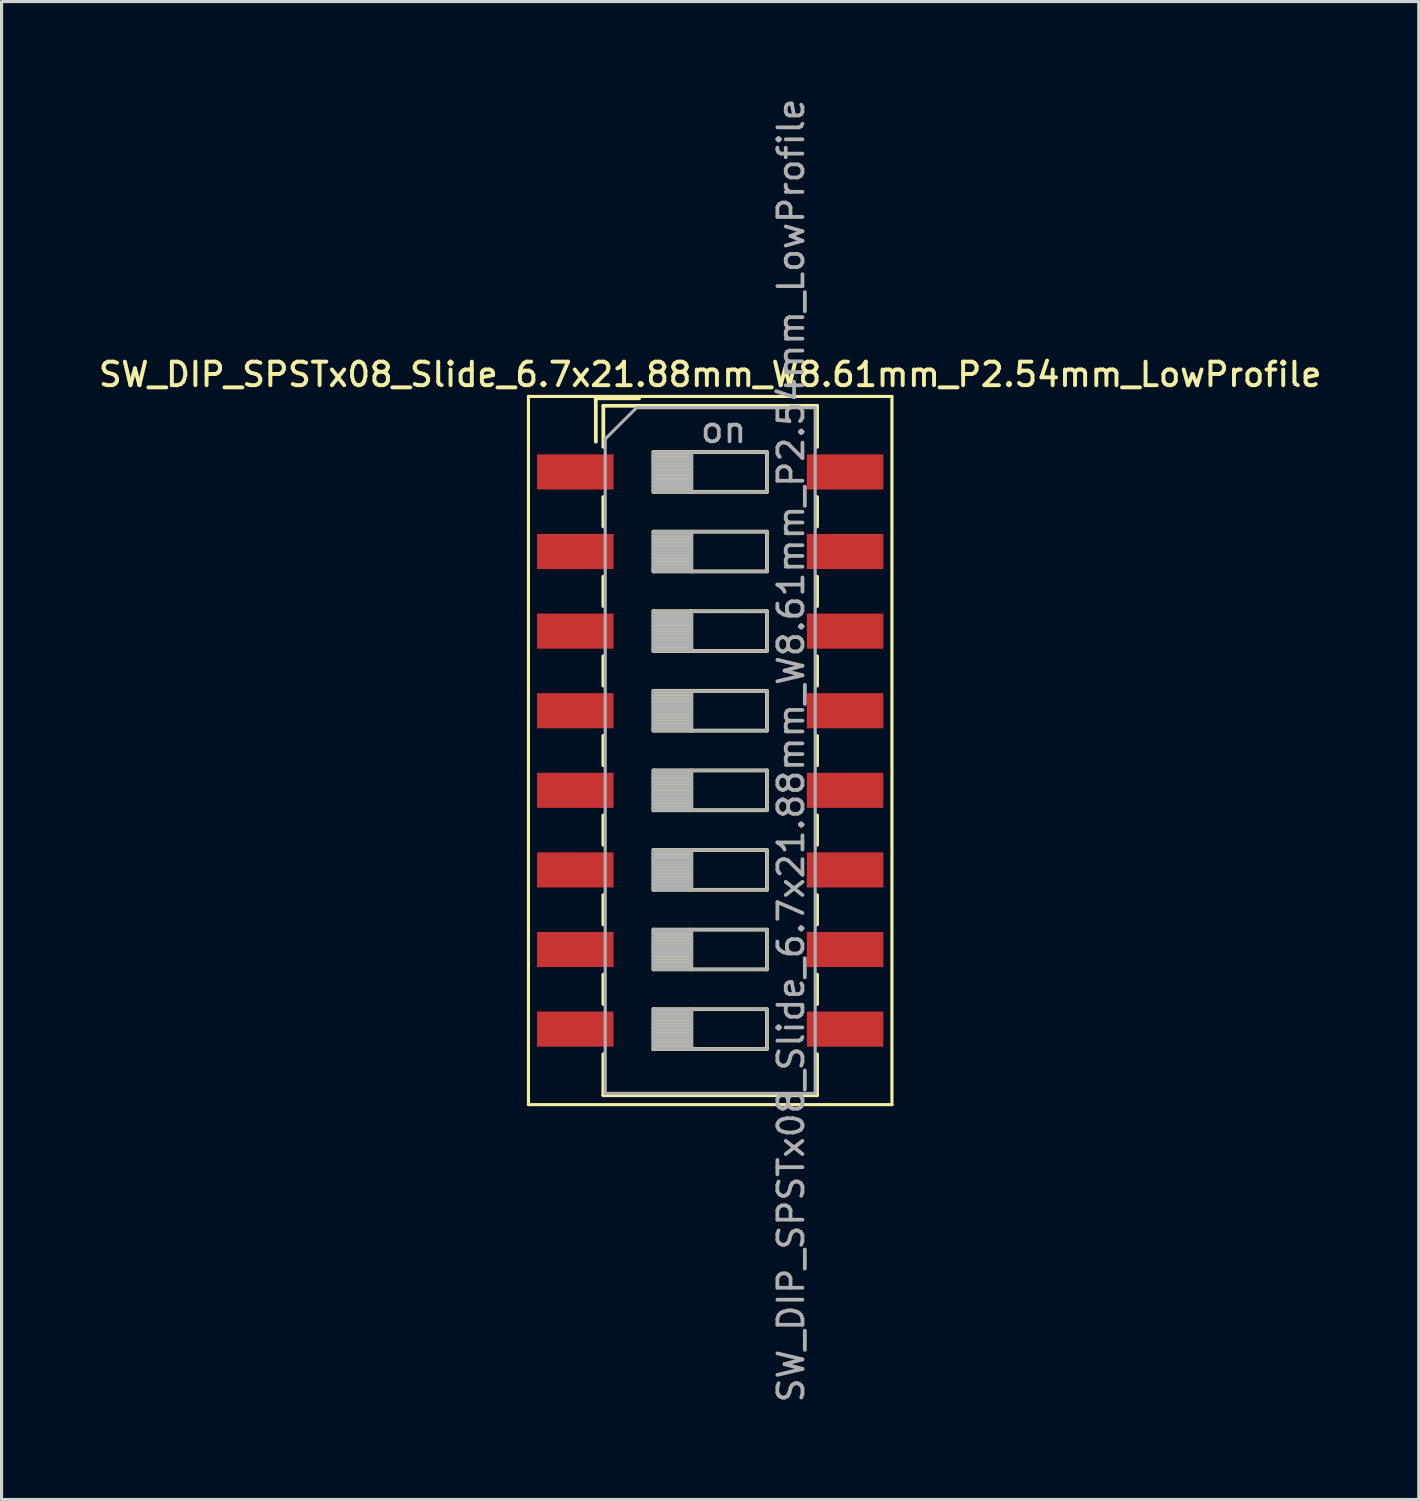
<source format=kicad_pcb>
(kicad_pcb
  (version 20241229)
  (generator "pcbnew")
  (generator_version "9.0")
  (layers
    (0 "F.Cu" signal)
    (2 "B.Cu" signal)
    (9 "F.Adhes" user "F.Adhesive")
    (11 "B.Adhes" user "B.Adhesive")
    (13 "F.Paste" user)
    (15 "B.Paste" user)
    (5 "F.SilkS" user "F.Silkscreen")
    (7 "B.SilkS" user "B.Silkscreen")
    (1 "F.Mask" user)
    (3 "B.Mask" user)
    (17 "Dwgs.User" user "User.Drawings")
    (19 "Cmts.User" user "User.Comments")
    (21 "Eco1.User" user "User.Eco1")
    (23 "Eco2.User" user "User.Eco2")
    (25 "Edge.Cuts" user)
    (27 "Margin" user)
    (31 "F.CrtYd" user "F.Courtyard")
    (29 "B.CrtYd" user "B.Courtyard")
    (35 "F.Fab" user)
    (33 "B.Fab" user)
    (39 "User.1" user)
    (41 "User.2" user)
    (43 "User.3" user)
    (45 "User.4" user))
  (footprint "SW_DIP_SPSTx08_Slide_6.7x21.88mm_W8.61mm_P2.54mm_LowProfile"
    (layer "F.Cu")
    (at 19.613 20.9)
    (property "Reference" "SW_DIP_SPSTx08_Slide_6.7x21.88mm_W8.61mm_P2.54mm_LowProfile" (at 0 -12 0) (layer "F.SilkS") (effects (font (size 0.75 0.75) (thickness 0.125))))
    (attr smd)
    (fp_line (start -5.8 -11.3) (end -5.8 11.3) (stroke (width 0.1) (type solid)) (layer "F.SilkS"))
    (fp_line (start -5.8 11.3) (end 5.8 11.3) (stroke (width 0.1) (type solid)) (layer "F.SilkS"))
    (fp_line (start -3.65 -11.24) (end -3.65 -9.857) (stroke (width 0.12) (type solid)) (layer "F.SilkS"))
    (fp_line (start -3.65 -11.24) (end -2.267 -11.24) (stroke (width 0.12) (type solid)) (layer "F.SilkS"))
    (fp_line (start -3.41 -11) (end -3.41 -9.69) (stroke (width 0.12) (type solid)) (layer "F.SilkS"))
    (fp_line (start -3.41 -11) (end 3.41 -11) (stroke (width 0.12) (type solid)) (layer "F.SilkS"))
    (fp_line (start -3.41 -8.09) (end -3.41 -7.15) (stroke (width 0.12) (type solid)) (layer "F.SilkS"))
    (fp_line (start -3.41 -5.55) (end -3.41 -4.61) (stroke (width 0.12) (type solid)) (layer "F.SilkS"))
    (fp_line (start -3.41 -3.01) (end -3.41 -2.07) (stroke (width 0.12) (type solid)) (layer "F.SilkS"))
    (fp_line (start -3.41 -0.47) (end -3.41 0.47) (stroke (width 0.12) (type solid)) (layer "F.SilkS"))
    (fp_line (start -3.41 2.07) (end -3.41 3.01) (stroke (width 0.12) (type solid)) (layer "F.SilkS"))
    (fp_line (start -3.41 4.61) (end -3.41 5.55) (stroke (width 0.12) (type solid)) (layer "F.SilkS"))
    (fp_line (start -3.41 7.15) (end -3.41 8.09) (stroke (width 0.12) (type solid)) (layer "F.SilkS"))
    (fp_line (start -3.41 9.69) (end -3.41 11.001) (stroke (width 0.12) (type solid)) (layer "F.SilkS"))
    (fp_line (start -3.41 11.001) (end 3.41 11.001) (stroke (width 0.12) (type solid)) (layer "F.SilkS"))
    (fp_line (start -1.81 -9.525) (end -1.81 -8.255) (stroke (width 0.12) (type solid)) (layer "F.SilkS"))
    (fp_line (start -1.81 -9.405) (end -0.603 -9.405) (stroke (width 0.12) (type solid)) (layer "F.SilkS"))
    (fp_line (start -1.81 -9.285) (end -0.603 -9.285) (stroke (width 0.12) (type solid)) (layer "F.SilkS"))
    (fp_line (start -1.81 -9.165) (end -0.603 -9.165) (stroke (width 0.12) (type solid)) (layer "F.SilkS"))
    (fp_line (start -1.81 -9.045) (end -0.603 -9.045) (stroke (width 0.12) (type solid)) (layer "F.SilkS"))
    (fp_line (start -1.81 -8.925) (end -0.603 -8.925) (stroke (width 0.12) (type solid)) (layer "F.SilkS"))
    (fp_line (start -1.81 -8.805) (end -0.603 -8.805) (stroke (width 0.12) (type solid)) (layer "F.SilkS"))
    (fp_line (start -1.81 -8.685) (end -0.603 -8.685) (stroke (width 0.12) (type solid)) (layer "F.SilkS"))
    (fp_line (start -1.81 -8.565) (end -0.603 -8.565) (stroke (width 0.12) (type solid)) (layer "F.SilkS"))
    (fp_line (start -1.81 -8.445) (end -0.603 -8.445) (stroke (width 0.12) (type solid)) (layer "F.SilkS"))
    (fp_line (start -1.81 -8.325) (end -0.603 -8.325) (stroke (width 0.12) (type solid)) (layer "F.SilkS"))
    (fp_line (start -1.81 -8.255) (end 1.81 -8.255) (stroke (width 0.12) (type solid)) (layer "F.SilkS"))
    (fp_line (start -1.81 -6.985) (end -1.81 -5.715) (stroke (width 0.12) (type solid)) (layer "F.SilkS"))
    (fp_line (start -1.81 -6.865) (end -0.603 -6.865) (stroke (width 0.12) (type solid)) (layer "F.SilkS"))
    (fp_line (start -1.81 -6.745) (end -0.603 -6.745) (stroke (width 0.12) (type solid)) (layer "F.SilkS"))
    (fp_line (start -1.81 -6.625) (end -0.603 -6.625) (stroke (width 0.12) (type solid)) (layer "F.SilkS"))
    (fp_line (start -1.81 -6.505) (end -0.603 -6.505) (stroke (width 0.12) (type solid)) (layer "F.SilkS"))
    (fp_line (start -1.81 -6.385) (end -0.603 -6.385) (stroke (width 0.12) (type solid)) (layer "F.SilkS"))
    (fp_line (start -1.81 -6.265) (end -0.603 -6.265) (stroke (width 0.12) (type solid)) (layer "F.SilkS"))
    (fp_line (start -1.81 -6.145) (end -0.603 -6.145) (stroke (width 0.12) (type solid)) (layer "F.SilkS"))
    (fp_line (start -1.81 -6.025) (end -0.603 -6.025) (stroke (width 0.12) (type solid)) (layer "F.SilkS"))
    (fp_line (start -1.81 -5.905) (end -0.603 -5.905) (stroke (width 0.12) (type solid)) (layer "F.SilkS"))
    (fp_line (start -1.81 -5.785) (end -0.603 -5.785) (stroke (width 0.12) (type solid)) (layer "F.SilkS"))
    (fp_line (start -1.81 -5.715) (end 1.81 -5.715) (stroke (width 0.12) (type solid)) (layer "F.SilkS"))
    (fp_line (start -1.81 -4.445) (end -1.81 -3.175) (stroke (width 0.12) (type solid)) (layer "F.SilkS"))
    (fp_line (start -1.81 -4.325) (end -0.603 -4.325) (stroke (width 0.12) (type solid)) (layer "F.SilkS"))
    (fp_line (start -1.81 -4.205) (end -0.603 -4.205) (stroke (width 0.12) (type solid)) (layer "F.SilkS"))
    (fp_line (start -1.81 -4.085) (end -0.603 -4.085) (stroke (width 0.12) (type solid)) (layer "F.SilkS"))
    (fp_line (start -1.81 -3.965) (end -0.603 -3.965) (stroke (width 0.12) (type solid)) (layer "F.SilkS"))
    (fp_line (start -1.81 -3.845) (end -0.603 -3.845) (stroke (width 0.12) (type solid)) (layer "F.SilkS"))
    (fp_line (start -1.81 -3.725) (end -0.603 -3.725) (stroke (width 0.12) (type solid)) (layer "F.SilkS"))
    (fp_line (start -1.81 -3.605) (end -0.603 -3.605) (stroke (width 0.12) (type solid)) (layer "F.SilkS"))
    (fp_line (start -1.81 -3.485) (end -0.603 -3.485) (stroke (width 0.12) (type solid)) (layer "F.SilkS"))
    (fp_line (start -1.81 -3.365) (end -0.603 -3.365) (stroke (width 0.12) (type solid)) (layer "F.SilkS"))
    (fp_line (start -1.81 -3.245) (end -0.603 -3.245) (stroke (width 0.12) (type solid)) (layer "F.SilkS"))
    (fp_line (start -1.81 -3.175) (end 1.81 -3.175) (stroke (width 0.12) (type solid)) (layer "F.SilkS"))
    (fp_line (start -1.81 -1.905) (end -1.81 -0.635) (stroke (width 0.12) (type solid)) (layer "F.SilkS"))
    (fp_line (start -1.81 -1.785) (end -0.603 -1.785) (stroke (width 0.12) (type solid)) (layer "F.SilkS"))
    (fp_line (start -1.81 -1.665) (end -0.603 -1.665) (stroke (width 0.12) (type solid)) (layer "F.SilkS"))
    (fp_line (start -1.81 -1.545) (end -0.603 -1.545) (stroke (width 0.12) (type solid)) (layer "F.SilkS"))
    (fp_line (start -1.81 -1.425) (end -0.603 -1.425) (stroke (width 0.12) (type solid)) (layer "F.SilkS"))
    (fp_line (start -1.81 -1.305) (end -0.603 -1.305) (stroke (width 0.12) (type solid)) (layer "F.SilkS"))
    (fp_line (start -1.81 -1.185) (end -0.603 -1.185) (stroke (width 0.12) (type solid)) (layer "F.SilkS"))
    (fp_line (start -1.81 -1.065) (end -0.603 -1.065) (stroke (width 0.12) (type solid)) (layer "F.SilkS"))
    (fp_line (start -1.81 -0.945) (end -0.603 -0.945) (stroke (width 0.12) (type solid)) (layer "F.SilkS"))
    (fp_line (start -1.81 -0.825) (end -0.603 -0.825) (stroke (width 0.12) (type solid)) (layer "F.SilkS"))
    (fp_line (start -1.81 -0.705) (end -0.603 -0.705) (stroke (width 0.12) (type solid)) (layer "F.SilkS"))
    (fp_line (start -1.81 -0.635) (end 1.81 -0.635) (stroke (width 0.12) (type solid)) (layer "F.SilkS"))
    (fp_line (start -1.81 0.635) (end -1.81 1.905) (stroke (width 0.12) (type solid)) (layer "F.SilkS"))
    (fp_line (start -1.81 0.755) (end -0.603 0.755) (stroke (width 0.12) (type solid)) (layer "F.SilkS"))
    (fp_line (start -1.81 0.875) (end -0.603 0.875) (stroke (width 0.12) (type solid)) (layer "F.SilkS"))
    (fp_line (start -1.81 0.995) (end -0.603 0.995) (stroke (width 0.12) (type solid)) (layer "F.SilkS"))
    (fp_line (start -1.81 1.115) (end -0.603 1.115) (stroke (width 0.12) (type solid)) (layer "F.SilkS"))
    (fp_line (start -1.81 1.235) (end -0.603 1.235) (stroke (width 0.12) (type solid)) (layer "F.SilkS"))
    (fp_line (start -1.81 1.355) (end -0.603 1.355) (stroke (width 0.12) (type solid)) (layer "F.SilkS"))
    (fp_line (start -1.81 1.475) (end -0.603 1.475) (stroke (width 0.12) (type solid)) (layer "F.SilkS"))
    (fp_line (start -1.81 1.595) (end -0.603 1.595) (stroke (width 0.12) (type solid)) (layer "F.SilkS"))
    (fp_line (start -1.81 1.715) (end -0.603 1.715) (stroke (width 0.12) (type solid)) (layer "F.SilkS"))
    (fp_line (start -1.81 1.835) (end -0.603 1.835) (stroke (width 0.12) (type solid)) (layer "F.SilkS"))
    (fp_line (start -1.81 1.905) (end 1.81 1.905) (stroke (width 0.12) (type solid)) (layer "F.SilkS"))
    (fp_line (start -1.81 3.175) (end -1.81 4.445) (stroke (width 0.12) (type solid)) (layer "F.SilkS"))
    (fp_line (start -1.81 3.295) (end -0.603 3.295) (stroke (width 0.12) (type solid)) (layer "F.SilkS"))
    (fp_line (start -1.81 3.415) (end -0.603 3.415) (stroke (width 0.12) (type solid)) (layer "F.SilkS"))
    (fp_line (start -1.81 3.535) (end -0.603 3.535) (stroke (width 0.12) (type solid)) (layer "F.SilkS"))
    (fp_line (start -1.81 3.655) (end -0.603 3.655) (stroke (width 0.12) (type solid)) (layer "F.SilkS"))
    (fp_line (start -1.81 3.775) (end -0.603 3.775) (stroke (width 0.12) (type solid)) (layer "F.SilkS"))
    (fp_line (start -1.81 3.895) (end -0.603 3.895) (stroke (width 0.12) (type solid)) (layer "F.SilkS"))
    (fp_line (start -1.81 4.015) (end -0.603 4.015) (stroke (width 0.12) (type solid)) (layer "F.SilkS"))
    (fp_line (start -1.81 4.135) (end -0.603 4.135) (stroke (width 0.12) (type solid)) (layer "F.SilkS"))
    (fp_line (start -1.81 4.255) (end -0.603 4.255) (stroke (width 0.12) (type solid)) (layer "F.SilkS"))
    (fp_line (start -1.81 4.375) (end -0.603 4.375) (stroke (width 0.12) (type solid)) (layer "F.SilkS"))
    (fp_line (start -1.81 4.445) (end 1.81 4.445) (stroke (width 0.12) (type solid)) (layer "F.SilkS"))
    (fp_line (start -1.81 5.715) (end -1.81 6.985) (stroke (width 0.12) (type solid)) (layer "F.SilkS"))
    (fp_line (start -1.81 5.835) (end -0.603 5.835) (stroke (width 0.12) (type solid)) (layer "F.SilkS"))
    (fp_line (start -1.81 5.955) (end -0.603 5.955) (stroke (width 0.12) (type solid)) (layer "F.SilkS"))
    (fp_line (start -1.81 6.075) (end -0.603 6.075) (stroke (width 0.12) (type solid)) (layer "F.SilkS"))
    (fp_line (start -1.81 6.195) (end -0.603 6.195) (stroke (width 0.12) (type solid)) (layer "F.SilkS"))
    (fp_line (start -1.81 6.315) (end -0.603 6.315) (stroke (width 0.12) (type solid)) (layer "F.SilkS"))
    (fp_line (start -1.81 6.435) (end -0.603 6.435) (stroke (width 0.12) (type solid)) (layer "F.SilkS"))
    (fp_line (start -1.81 6.555) (end -0.603 6.555) (stroke (width 0.12) (type solid)) (layer "F.SilkS"))
    (fp_line (start -1.81 6.675) (end -0.603 6.675) (stroke (width 0.12) (type solid)) (layer "F.SilkS"))
    (fp_line (start -1.81 6.795) (end -0.603 6.795) (stroke (width 0.12) (type solid)) (layer "F.SilkS"))
    (fp_line (start -1.81 6.915) (end -0.603 6.915) (stroke (width 0.12) (type solid)) (layer "F.SilkS"))
    (fp_line (start -1.81 6.985) (end 1.81 6.985) (stroke (width 0.12) (type solid)) (layer "F.SilkS"))
    (fp_line (start -1.81 8.255) (end -1.81 9.525) (stroke (width 0.12) (type solid)) (layer "F.SilkS"))
    (fp_line (start -1.81 8.375) (end -0.603 8.375) (stroke (width 0.12) (type solid)) (layer "F.SilkS"))
    (fp_line (start -1.81 8.495) (end -0.603 8.495) (stroke (width 0.12) (type solid)) (layer "F.SilkS"))
    (fp_line (start -1.81 8.615) (end -0.603 8.615) (stroke (width 0.12) (type solid)) (layer "F.SilkS"))
    (fp_line (start -1.81 8.735) (end -0.603 8.735) (stroke (width 0.12) (type solid)) (layer "F.SilkS"))
    (fp_line (start -1.81 8.855) (end -0.603 8.855) (stroke (width 0.12) (type solid)) (layer "F.SilkS"))
    (fp_line (start -1.81 8.975) (end -0.603 8.975) (stroke (width 0.12) (type solid)) (layer "F.SilkS"))
    (fp_line (start -1.81 9.095) (end -0.603 9.095) (stroke (width 0.12) (type solid)) (layer "F.SilkS"))
    (fp_line (start -1.81 9.215) (end -0.603 9.215) (stroke (width 0.12) (type solid)) (layer "F.SilkS"))
    (fp_line (start -1.81 9.335) (end -0.603 9.335) (stroke (width 0.12) (type solid)) (layer "F.SilkS"))
    (fp_line (start -1.81 9.455) (end -0.603 9.455) (stroke (width 0.12) (type solid)) (layer "F.SilkS"))
    (fp_line (start -1.81 9.525) (end 1.81 9.525) (stroke (width 0.12) (type solid)) (layer "F.SilkS"))
    (fp_line (start -0.603 -9.525) (end -0.603 -8.255) (stroke (width 0.12) (type solid)) (layer "F.SilkS"))
    (fp_line (start -0.603 -6.985) (end -0.603 -5.715) (stroke (width 0.12) (type solid)) (layer "F.SilkS"))
    (fp_line (start -0.603 -4.445) (end -0.603 -3.175) (stroke (width 0.12) (type solid)) (layer "F.SilkS"))
    (fp_line (start -0.603 -1.905) (end -0.603 -0.635) (stroke (width 0.12) (type solid)) (layer "F.SilkS"))
    (fp_line (start -0.603 0.635) (end -0.603 1.905) (stroke (width 0.12) (type solid)) (layer "F.SilkS"))
    (fp_line (start -0.603 3.175) (end -0.603 4.445) (stroke (width 0.12) (type solid)) (layer "F.SilkS"))
    (fp_line (start -0.603 5.715) (end -0.603 6.985) (stroke (width 0.12) (type solid)) (layer "F.SilkS"))
    (fp_line (start -0.603 8.255) (end -0.603 9.525) (stroke (width 0.12) (type solid)) (layer "F.SilkS"))
    (fp_line (start 1.81 -9.525) (end -1.81 -9.525) (stroke (width 0.12) (type solid)) (layer "F.SilkS"))
    (fp_line (start 1.81 -8.255) (end 1.81 -9.525) (stroke (width 0.12) (type solid)) (layer "F.SilkS"))
    (fp_line (start 1.81 -6.985) (end -1.81 -6.985) (stroke (width 0.12) (type solid)) (layer "F.SilkS"))
    (fp_line (start 1.81 -5.715) (end 1.81 -6.985) (stroke (width 0.12) (type solid)) (layer "F.SilkS"))
    (fp_line (start 1.81 -4.445) (end -1.81 -4.445) (stroke (width 0.12) (type solid)) (layer "F.SilkS"))
    (fp_line (start 1.81 -3.175) (end 1.81 -4.445) (stroke (width 0.12) (type solid)) (layer "F.SilkS"))
    (fp_line (start 1.81 -1.905) (end -1.81 -1.905) (stroke (width 0.12) (type solid)) (layer "F.SilkS"))
    (fp_line (start 1.81 -0.635) (end 1.81 -1.905) (stroke (width 0.12) (type solid)) (layer "F.SilkS"))
    (fp_line (start 1.81 0.635) (end -1.81 0.635) (stroke (width 0.12) (type solid)) (layer "F.SilkS"))
    (fp_line (start 1.81 1.905) (end 1.81 0.635) (stroke (width 0.12) (type solid)) (layer "F.SilkS"))
    (fp_line (start 1.81 3.175) (end -1.81 3.175) (stroke (width 0.12) (type solid)) (layer "F.SilkS"))
    (fp_line (start 1.81 4.445) (end 1.81 3.175) (stroke (width 0.12) (type solid)) (layer "F.SilkS"))
    (fp_line (start 1.81 5.715) (end -1.81 5.715) (stroke (width 0.12) (type solid)) (layer "F.SilkS"))
    (fp_line (start 1.81 6.985) (end 1.81 5.715) (stroke (width 0.12) (type solid)) (layer "F.SilkS"))
    (fp_line (start 1.81 8.255) (end -1.81 8.255) (stroke (width 0.12) (type solid)) (layer "F.SilkS"))
    (fp_line (start 1.81 9.525) (end 1.81 8.255) (stroke (width 0.12) (type solid)) (layer "F.SilkS"))
    (fp_line (start 3.41 -11) (end 3.41 -9.69) (stroke (width 0.12) (type solid)) (layer "F.SilkS"))
    (fp_line (start 3.41 -8.089) (end 3.41 -7.149) (stroke (width 0.12) (type solid)) (layer "F.SilkS"))
    (fp_line (start 3.41 -5.549) (end 3.41 -4.609) (stroke (width 0.12) (type solid)) (layer "F.SilkS"))
    (fp_line (start 3.41 -3.009) (end 3.41 -2.069) (stroke (width 0.12) (type solid)) (layer "F.SilkS"))
    (fp_line (start 3.41 -0.469) (end 3.41 0.471) (stroke (width 0.12) (type solid)) (layer "F.SilkS"))
    (fp_line (start 3.41 2.071) (end 3.41 3.011) (stroke (width 0.12) (type solid)) (layer "F.SilkS"))
    (fp_line (start 3.41 4.611) (end 3.41 5.551) (stroke (width 0.12) (type solid)) (layer "F.SilkS"))
    (fp_line (start 3.41 7.151) (end 3.41 8.09) (stroke (width 0.12) (type solid)) (layer "F.SilkS"))
    (fp_line (start 3.41 9.69) (end 3.41 11.001) (stroke (width 0.12) (type solid)) (layer "F.SilkS"))
    (fp_line (start 5.8 -11.3) (end -5.8 -11.3) (stroke (width 0.1) (type solid)) (layer "F.SilkS"))
    (fp_line (start 5.8 11.3) (end 5.8 -11.3) (stroke (width 0.1) (type solid)) (layer "F.SilkS"))
    (fp_line (start -3.35 -9.94) (end -2.35 -10.94) (stroke (width 0.1) (type solid)) (layer "F.Fab"))
    (fp_line (start -3.35 10.94) (end -3.35 -9.94) (stroke (width 0.1) (type solid)) (layer "F.Fab"))
    (fp_line (start -2.35 -10.94) (end 3.35 -10.94) (stroke (width 0.1) (type solid)) (layer "F.Fab"))
    (fp_line (start -1.81 -9.525) (end -1.81 -8.255) (stroke (width 0.1) (type solid)) (layer "F.Fab"))
    (fp_line (start -1.81 -9.425) (end -0.603 -9.425) (stroke (width 0.1) (type solid)) (layer "F.Fab"))
    (fp_line (start -1.81 -9.325) (end -0.603 -9.325) (stroke (width 0.1) (type solid)) (layer "F.Fab"))
    (fp_line (start -1.81 -9.225) (end -0.603 -9.225) (stroke (width 0.1) (type solid)) (layer "F.Fab"))
    (fp_line (start -1.81 -9.125) (end -0.603 -9.125) (stroke (width 0.1) (type solid)) (layer "F.Fab"))
    (fp_line (start -1.81 -9.025) (end -0.603 -9.025) (stroke (width 0.1) (type solid)) (layer "F.Fab"))
    (fp_line (start -1.81 -8.925) (end -0.603 -8.925) (stroke (width 0.1) (type solid)) (layer "F.Fab"))
    (fp_line (start -1.81 -8.825) (end -0.603 -8.825) (stroke (width 0.1) (type solid)) (layer "F.Fab"))
    (fp_line (start -1.81 -8.725) (end -0.603 -8.725) (stroke (width 0.1) (type solid)) (layer "F.Fab"))
    (fp_line (start -1.81 -8.625) (end -0.603 -8.625) (stroke (width 0.1) (type solid)) (layer "F.Fab"))
    (fp_line (start -1.81 -8.525) (end -0.603 -8.525) (stroke (width 0.1) (type solid)) (layer "F.Fab"))
    (fp_line (start -1.81 -8.425) (end -0.603 -8.425) (stroke (width 0.1) (type solid)) (layer "F.Fab"))
    (fp_line (start -1.81 -8.325) (end -0.603 -8.325) (stroke (width 0.1) (type solid)) (layer "F.Fab"))
    (fp_line (start -1.81 -8.255) (end 1.81 -8.255) (stroke (width 0.1) (type solid)) (layer "F.Fab"))
    (fp_line (start -1.81 -6.985) (end -1.81 -5.715) (stroke (width 0.1) (type solid)) (layer "F.Fab"))
    (fp_line (start -1.81 -6.885) (end -0.603 -6.885) (stroke (width 0.1) (type solid)) (layer "F.Fab"))
    (fp_line (start -1.81 -6.785) (end -0.603 -6.785) (stroke (width 0.1) (type solid)) (layer "F.Fab"))
    (fp_line (start -1.81 -6.685) (end -0.603 -6.685) (stroke (width 0.1) (type solid)) (layer "F.Fab"))
    (fp_line (start -1.81 -6.585) (end -0.603 -6.585) (stroke (width 0.1) (type solid)) (layer "F.Fab"))
    (fp_line (start -1.81 -6.485) (end -0.603 -6.485) (stroke (width 0.1) (type solid)) (layer "F.Fab"))
    (fp_line (start -1.81 -6.385) (end -0.603 -6.385) (stroke (width 0.1) (type solid)) (layer "F.Fab"))
    (fp_line (start -1.81 -6.285) (end -0.603 -6.285) (stroke (width 0.1) (type solid)) (layer "F.Fab"))
    (fp_line (start -1.81 -6.185) (end -0.603 -6.185) (stroke (width 0.1) (type solid)) (layer "F.Fab"))
    (fp_line (start -1.81 -6.085) (end -0.603 -6.085) (stroke (width 0.1) (type solid)) (layer "F.Fab"))
    (fp_line (start -1.81 -5.985) (end -0.603 -5.985) (stroke (width 0.1) (type solid)) (layer "F.Fab"))
    (fp_line (start -1.81 -5.885) (end -0.603 -5.885) (stroke (width 0.1) (type solid)) (layer "F.Fab"))
    (fp_line (start -1.81 -5.785) (end -0.603 -5.785) (stroke (width 0.1) (type solid)) (layer "F.Fab"))
    (fp_line (start -1.81 -5.715) (end 1.81 -5.715) (stroke (width 0.1) (type solid)) (layer "F.Fab"))
    (fp_line (start -1.81 -4.445) (end -1.81 -3.175) (stroke (width 0.1) (type solid)) (layer "F.Fab"))
    (fp_line (start -1.81 -4.345) (end -0.603 -4.345) (stroke (width 0.1) (type solid)) (layer "F.Fab"))
    (fp_line (start -1.81 -4.245) (end -0.603 -4.245) (stroke (width 0.1) (type solid)) (layer "F.Fab"))
    (fp_line (start -1.81 -4.145) (end -0.603 -4.145) (stroke (width 0.1) (type solid)) (layer "F.Fab"))
    (fp_line (start -1.81 -4.045) (end -0.603 -4.045) (stroke (width 0.1) (type solid)) (layer "F.Fab"))
    (fp_line (start -1.81 -3.945) (end -0.603 -3.945) (stroke (width 0.1) (type solid)) (layer "F.Fab"))
    (fp_line (start -1.81 -3.845) (end -0.603 -3.845) (stroke (width 0.1) (type solid)) (layer "F.Fab"))
    (fp_line (start -1.81 -3.745) (end -0.603 -3.745) (stroke (width 0.1) (type solid)) (layer "F.Fab"))
    (fp_line (start -1.81 -3.645) (end -0.603 -3.645) (stroke (width 0.1) (type solid)) (layer "F.Fab"))
    (fp_line (start -1.81 -3.545) (end -0.603 -3.545) (stroke (width 0.1) (type solid)) (layer "F.Fab"))
    (fp_line (start -1.81 -3.445) (end -0.603 -3.445) (stroke (width 0.1) (type solid)) (layer "F.Fab"))
    (fp_line (start -1.81 -3.345) (end -0.603 -3.345) (stroke (width 0.1) (type solid)) (layer "F.Fab"))
    (fp_line (start -1.81 -3.245) (end -0.603 -3.245) (stroke (width 0.1) (type solid)) (layer "F.Fab"))
    (fp_line (start -1.81 -3.175) (end 1.81 -3.175) (stroke (width 0.1) (type solid)) (layer "F.Fab"))
    (fp_line (start -1.81 -1.905) (end -1.81 -0.635) (stroke (width 0.1) (type solid)) (layer "F.Fab"))
    (fp_line (start -1.81 -1.805) (end -0.603 -1.805) (stroke (width 0.1) (type solid)) (layer "F.Fab"))
    (fp_line (start -1.81 -1.705) (end -0.603 -1.705) (stroke (width 0.1) (type solid)) (layer "F.Fab"))
    (fp_line (start -1.81 -1.605) (end -0.603 -1.605) (stroke (width 0.1) (type solid)) (layer "F.Fab"))
    (fp_line (start -1.81 -1.505) (end -0.603 -1.505) (stroke (width 0.1) (type solid)) (layer "F.Fab"))
    (fp_line (start -1.81 -1.405) (end -0.603 -1.405) (stroke (width 0.1) (type solid)) (layer "F.Fab"))
    (fp_line (start -1.81 -1.305) (end -0.603 -1.305) (stroke (width 0.1) (type solid)) (layer "F.Fab"))
    (fp_line (start -1.81 -1.205) (end -0.603 -1.205) (stroke (width 0.1) (type solid)) (layer "F.Fab"))
    (fp_line (start -1.81 -1.105) (end -0.603 -1.105) (stroke (width 0.1) (type solid)) (layer "F.Fab"))
    (fp_line (start -1.81 -1.005) (end -0.603 -1.005) (stroke (width 0.1) (type solid)) (layer "F.Fab"))
    (fp_line (start -1.81 -0.905) (end -0.603 -0.905) (stroke (width 0.1) (type solid)) (layer "F.Fab"))
    (fp_line (start -1.81 -0.805) (end -0.603 -0.805) (stroke (width 0.1) (type solid)) (layer "F.Fab"))
    (fp_line (start -1.81 -0.705) (end -0.603 -0.705) (stroke (width 0.1) (type solid)) (layer "F.Fab"))
    (fp_line (start -1.81 -0.635) (end 1.81 -0.635) (stroke (width 0.1) (type solid)) (layer "F.Fab"))
    (fp_line (start -1.81 0.635) (end -1.81 1.905) (stroke (width 0.1) (type solid)) (layer "F.Fab"))
    (fp_line (start -1.81 0.735) (end -0.603 0.735) (stroke (width 0.1) (type solid)) (layer "F.Fab"))
    (fp_line (start -1.81 0.835) (end -0.603 0.835) (stroke (width 0.1) (type solid)) (layer "F.Fab"))
    (fp_line (start -1.81 0.935) (end -0.603 0.935) (stroke (width 0.1) (type solid)) (layer "F.Fab"))
    (fp_line (start -1.81 1.035) (end -0.603 1.035) (stroke (width 0.1) (type solid)) (layer "F.Fab"))
    (fp_line (start -1.81 1.135) (end -0.603 1.135) (stroke (width 0.1) (type solid)) (layer "F.Fab"))
    (fp_line (start -1.81 1.235) (end -0.603 1.235) (stroke (width 0.1) (type solid)) (layer "F.Fab"))
    (fp_line (start -1.81 1.335) (end -0.603 1.335) (stroke (width 0.1) (type solid)) (layer "F.Fab"))
    (fp_line (start -1.81 1.435) (end -0.603 1.435) (stroke (width 0.1) (type solid)) (layer "F.Fab"))
    (fp_line (start -1.81 1.535) (end -0.603 1.535) (stroke (width 0.1) (type solid)) (layer "F.Fab"))
    (fp_line (start -1.81 1.635) (end -0.603 1.635) (stroke (width 0.1) (type solid)) (layer "F.Fab"))
    (fp_line (start -1.81 1.735) (end -0.603 1.735) (stroke (width 0.1) (type solid)) (layer "F.Fab"))
    (fp_line (start -1.81 1.835) (end -0.603 1.835) (stroke (width 0.1) (type solid)) (layer "F.Fab"))
    (fp_line (start -1.81 1.905) (end 1.81 1.905) (stroke (width 0.1) (type solid)) (layer "F.Fab"))
    (fp_line (start -1.81 3.175) (end -1.81 4.445) (stroke (width 0.1) (type solid)) (layer "F.Fab"))
    (fp_line (start -1.81 3.275) (end -0.603 3.275) (stroke (width 0.1) (type solid)) (layer "F.Fab"))
    (fp_line (start -1.81 3.375) (end -0.603 3.375) (stroke (width 0.1) (type solid)) (layer "F.Fab"))
    (fp_line (start -1.81 3.475) (end -0.603 3.475) (stroke (width 0.1) (type solid)) (layer "F.Fab"))
    (fp_line (start -1.81 3.575) (end -0.603 3.575) (stroke (width 0.1) (type solid)) (layer "F.Fab"))
    (fp_line (start -1.81 3.675) (end -0.603 3.675) (stroke (width 0.1) (type solid)) (layer "F.Fab"))
    (fp_line (start -1.81 3.775) (end -0.603 3.775) (stroke (width 0.1) (type solid)) (layer "F.Fab"))
    (fp_line (start -1.81 3.875) (end -0.603 3.875) (stroke (width 0.1) (type solid)) (layer "F.Fab"))
    (fp_line (start -1.81 3.975) (end -0.603 3.975) (stroke (width 0.1) (type solid)) (layer "F.Fab"))
    (fp_line (start -1.81 4.075) (end -0.603 4.075) (stroke (width 0.1) (type solid)) (layer "F.Fab"))
    (fp_line (start -1.81 4.175) (end -0.603 4.175) (stroke (width 0.1) (type solid)) (layer "F.Fab"))
    (fp_line (start -1.81 4.275) (end -0.603 4.275) (stroke (width 0.1) (type solid)) (layer "F.Fab"))
    (fp_line (start -1.81 4.375) (end -0.603 4.375) (stroke (width 0.1) (type solid)) (layer "F.Fab"))
    (fp_line (start -1.81 4.445) (end 1.81 4.445) (stroke (width 0.1) (type solid)) (layer "F.Fab"))
    (fp_line (start -1.81 5.715) (end -1.81 6.985) (stroke (width 0.1) (type solid)) (layer "F.Fab"))
    (fp_line (start -1.81 5.815) (end -0.603 5.815) (stroke (width 0.1) (type solid)) (layer "F.Fab"))
    (fp_line (start -1.81 5.915) (end -0.603 5.915) (stroke (width 0.1) (type solid)) (layer "F.Fab"))
    (fp_line (start -1.81 6.015) (end -0.603 6.015) (stroke (width 0.1) (type solid)) (layer "F.Fab"))
    (fp_line (start -1.81 6.115) (end -0.603 6.115) (stroke (width 0.1) (type solid)) (layer "F.Fab"))
    (fp_line (start -1.81 6.215) (end -0.603 6.215) (stroke (width 0.1) (type solid)) (layer "F.Fab"))
    (fp_line (start -1.81 6.315) (end -0.603 6.315) (stroke (width 0.1) (type solid)) (layer "F.Fab"))
    (fp_line (start -1.81 6.415) (end -0.603 6.415) (stroke (width 0.1) (type solid)) (layer "F.Fab"))
    (fp_line (start -1.81 6.515) (end -0.603 6.515) (stroke (width 0.1) (type solid)) (layer "F.Fab"))
    (fp_line (start -1.81 6.615) (end -0.603 6.615) (stroke (width 0.1) (type solid)) (layer "F.Fab"))
    (fp_line (start -1.81 6.715) (end -0.603 6.715) (stroke (width 0.1) (type solid)) (layer "F.Fab"))
    (fp_line (start -1.81 6.815) (end -0.603 6.815) (stroke (width 0.1) (type solid)) (layer "F.Fab"))
    (fp_line (start -1.81 6.915) (end -0.603 6.915) (stroke (width 0.1) (type solid)) (layer "F.Fab"))
    (fp_line (start -1.81 6.985) (end 1.81 6.985) (stroke (width 0.1) (type solid)) (layer "F.Fab"))
    (fp_line (start -1.81 8.255) (end -1.81 9.525) (stroke (width 0.1) (type solid)) (layer "F.Fab"))
    (fp_line (start -1.81 8.355) (end -0.603 8.355) (stroke (width 0.1) (type solid)) (layer "F.Fab"))
    (fp_line (start -1.81 8.455) (end -0.603 8.455) (stroke (width 0.1) (type solid)) (layer "F.Fab"))
    (fp_line (start -1.81 8.555) (end -0.603 8.555) (stroke (width 0.1) (type solid)) (layer "F.Fab"))
    (fp_line (start -1.81 8.655) (end -0.603 8.655) (stroke (width 0.1) (type solid)) (layer "F.Fab"))
    (fp_line (start -1.81 8.755) (end -0.603 8.755) (stroke (width 0.1) (type solid)) (layer "F.Fab"))
    (fp_line (start -1.81 8.855) (end -0.603 8.855) (stroke (width 0.1) (type solid)) (layer "F.Fab"))
    (fp_line (start -1.81 8.955) (end -0.603 8.955) (stroke (width 0.1) (type solid)) (layer "F.Fab"))
    (fp_line (start -1.81 9.055) (end -0.603 9.055) (stroke (width 0.1) (type solid)) (layer "F.Fab"))
    (fp_line (start -1.81 9.155) (end -0.603 9.155) (stroke (width 0.1) (type solid)) (layer "F.Fab"))
    (fp_line (start -1.81 9.255) (end -0.603 9.255) (stroke (width 0.1) (type solid)) (layer "F.Fab"))
    (fp_line (start -1.81 9.355) (end -0.603 9.355) (stroke (width 0.1) (type solid)) (layer "F.Fab"))
    (fp_line (start -1.81 9.455) (end -0.603 9.455) (stroke (width 0.1) (type solid)) (layer "F.Fab"))
    (fp_line (start -1.81 9.525) (end 1.81 9.525) (stroke (width 0.1) (type solid)) (layer "F.Fab"))
    (fp_line (start -0.603 -9.525) (end -0.603 -8.255) (stroke (width 0.1) (type solid)) (layer "F.Fab"))
    (fp_line (start -0.603 -6.985) (end -0.603 -5.715) (stroke (width 0.1) (type solid)) (layer "F.Fab"))
    (fp_line (start -0.603 -4.445) (end -0.603 -3.175) (stroke (width 0.1) (type solid)) (layer "F.Fab"))
    (fp_line (start -0.603 -1.905) (end -0.603 -0.635) (stroke (width 0.1) (type solid)) (layer "F.Fab"))
    (fp_line (start -0.603 0.635) (end -0.603 1.905) (stroke (width 0.1) (type solid)) (layer "F.Fab"))
    (fp_line (start -0.603 3.175) (end -0.603 4.445) (stroke (width 0.1) (type solid)) (layer "F.Fab"))
    (fp_line (start -0.603 5.715) (end -0.603 6.985) (stroke (width 0.1) (type solid)) (layer "F.Fab"))
    (fp_line (start -0.603 8.255) (end -0.603 9.525) (stroke (width 0.1) (type solid)) (layer "F.Fab"))
    (fp_line (start 1.81 -9.525) (end -1.81 -9.525) (stroke (width 0.1) (type solid)) (layer "F.Fab"))
    (fp_line (start 1.81 -8.255) (end 1.81 -9.525) (stroke (width 0.1) (type solid)) (layer "F.Fab"))
    (fp_line (start 1.81 -6.985) (end -1.81 -6.985) (stroke (width 0.1) (type solid)) (layer "F.Fab"))
    (fp_line (start 1.81 -5.715) (end 1.81 -6.985) (stroke (width 0.1) (type solid)) (layer "F.Fab"))
    (fp_line (start 1.81 -4.445) (end -1.81 -4.445) (stroke (width 0.1) (type solid)) (layer "F.Fab"))
    (fp_line (start 1.81 -3.175) (end 1.81 -4.445) (stroke (width 0.1) (type solid)) (layer "F.Fab"))
    (fp_line (start 1.81 -1.905) (end -1.81 -1.905) (stroke (width 0.1) (type solid)) (layer "F.Fab"))
    (fp_line (start 1.81 -0.635) (end 1.81 -1.905) (stroke (width 0.1) (type solid)) (layer "F.Fab"))
    (fp_line (start 1.81 0.635) (end -1.81 0.635) (stroke (width 0.1) (type solid)) (layer "F.Fab"))
    (fp_line (start 1.81 1.905) (end 1.81 0.635) (stroke (width 0.1) (type solid)) (layer "F.Fab"))
    (fp_line (start 1.81 3.175) (end -1.81 3.175) (stroke (width 0.1) (type solid)) (layer "F.Fab"))
    (fp_line (start 1.81 4.445) (end 1.81 3.175) (stroke (width 0.1) (type solid)) (layer "F.Fab"))
    (fp_line (start 1.81 5.715) (end -1.81 5.715) (stroke (width 0.1) (type solid)) (layer "F.Fab"))
    (fp_line (start 1.81 6.985) (end 1.81 5.715) (stroke (width 0.1) (type solid)) (layer "F.Fab"))
    (fp_line (start 1.81 8.255) (end -1.81 8.255) (stroke (width 0.1) (type solid)) (layer "F.Fab"))
    (fp_line (start 1.81 9.525) (end 1.81 8.255) (stroke (width 0.1) (type solid)) (layer "F.Fab"))
    (fp_line (start 3.35 -10.94) (end 3.35 10.94) (stroke (width 0.1) (type solid)) (layer "F.Fab"))
    (fp_line (start 3.35 10.94) (end -3.35 10.94) (stroke (width 0.1) (type solid)) (layer "F.Fab"))
    (fp_text user "${REFERENCE}" (at 2.58 0 90) (layer "F.Fab") (effects (font (size 0.8 0.8) (thickness 0.12))))
    (fp_text user "on" (at 0.427 -10.232 0) (layer "F.Fab") (effects (font (size 0.8 0.8) (thickness 0.12))))
    (pad "1" smd rect (at -4.305 -8.89) (size 2.44 1.12) (layers "F.Cu" "F.Mask" "F.Paste"))
    (pad "2" smd rect (at -4.305 -6.35) (size 2.44 1.12) (layers "F.Cu" "F.Mask" "F.Paste"))
    (pad "3" smd rect (at -4.305 -3.81) (size 2.44 1.12) (layers "F.Cu" "F.Mask" "F.Paste"))
    (pad "4" smd rect (at -4.305 -1.27) (size 2.44 1.12) (layers "F.Cu" "F.Mask" "F.Paste"))
    (pad "5" smd rect (at -4.305 1.27) (size 2.44 1.12) (layers "F.Cu" "F.Mask" "F.Paste"))
    (pad "6" smd rect (at -4.305 3.81) (size 2.44 1.12) (layers "F.Cu" "F.Mask" "F.Paste"))
    (pad "7" smd rect (at -4.305 6.35) (size 2.44 1.12) (layers "F.Cu" "F.Mask" "F.Paste"))
    (pad "8" smd rect (at -4.305 8.89) (size 2.44 1.12) (layers "F.Cu" "F.Mask" "F.Paste"))
    (pad "9" smd rect (at 4.305 8.89) (size 2.44 1.12) (layers "F.Cu" "F.Mask" "F.Paste"))
    (pad "10" smd rect (at 4.305 6.35) (size 2.44 1.12) (layers "F.Cu" "F.Mask" "F.Paste"))
    (pad "11" smd rect (at 4.305 3.81) (size 2.44 1.12) (layers "F.Cu" "F.Mask" "F.Paste"))
    (pad "12" smd rect (at 4.305 1.27) (size 2.44 1.12) (layers "F.Cu" "F.Mask" "F.Paste"))
    (pad "13" smd rect (at 4.305 -1.27) (size 2.44 1.12) (layers "F.Cu" "F.Mask" "F.Paste"))
    (pad "14" smd rect (at 4.305 -3.81) (size 2.44 1.12) (layers "F.Cu" "F.Mask" "F.Paste"))
    (pad "15" smd rect (at 4.305 -6.35) (size 2.44 1.12) (layers "F.Cu" "F.Mask" "F.Paste"))
    (pad "16" smd rect (at 4.305 -8.89) (size 2.44 1.12) (layers "F.Cu" "F.Mask" "F.Paste")))
  (gr_rect
    (start -3 -3)
    (end 42.225 44.8)
    (stroke (width 0.1) (type default))
    (fill no)
    (layer "Edge.Cuts")))
</source>
